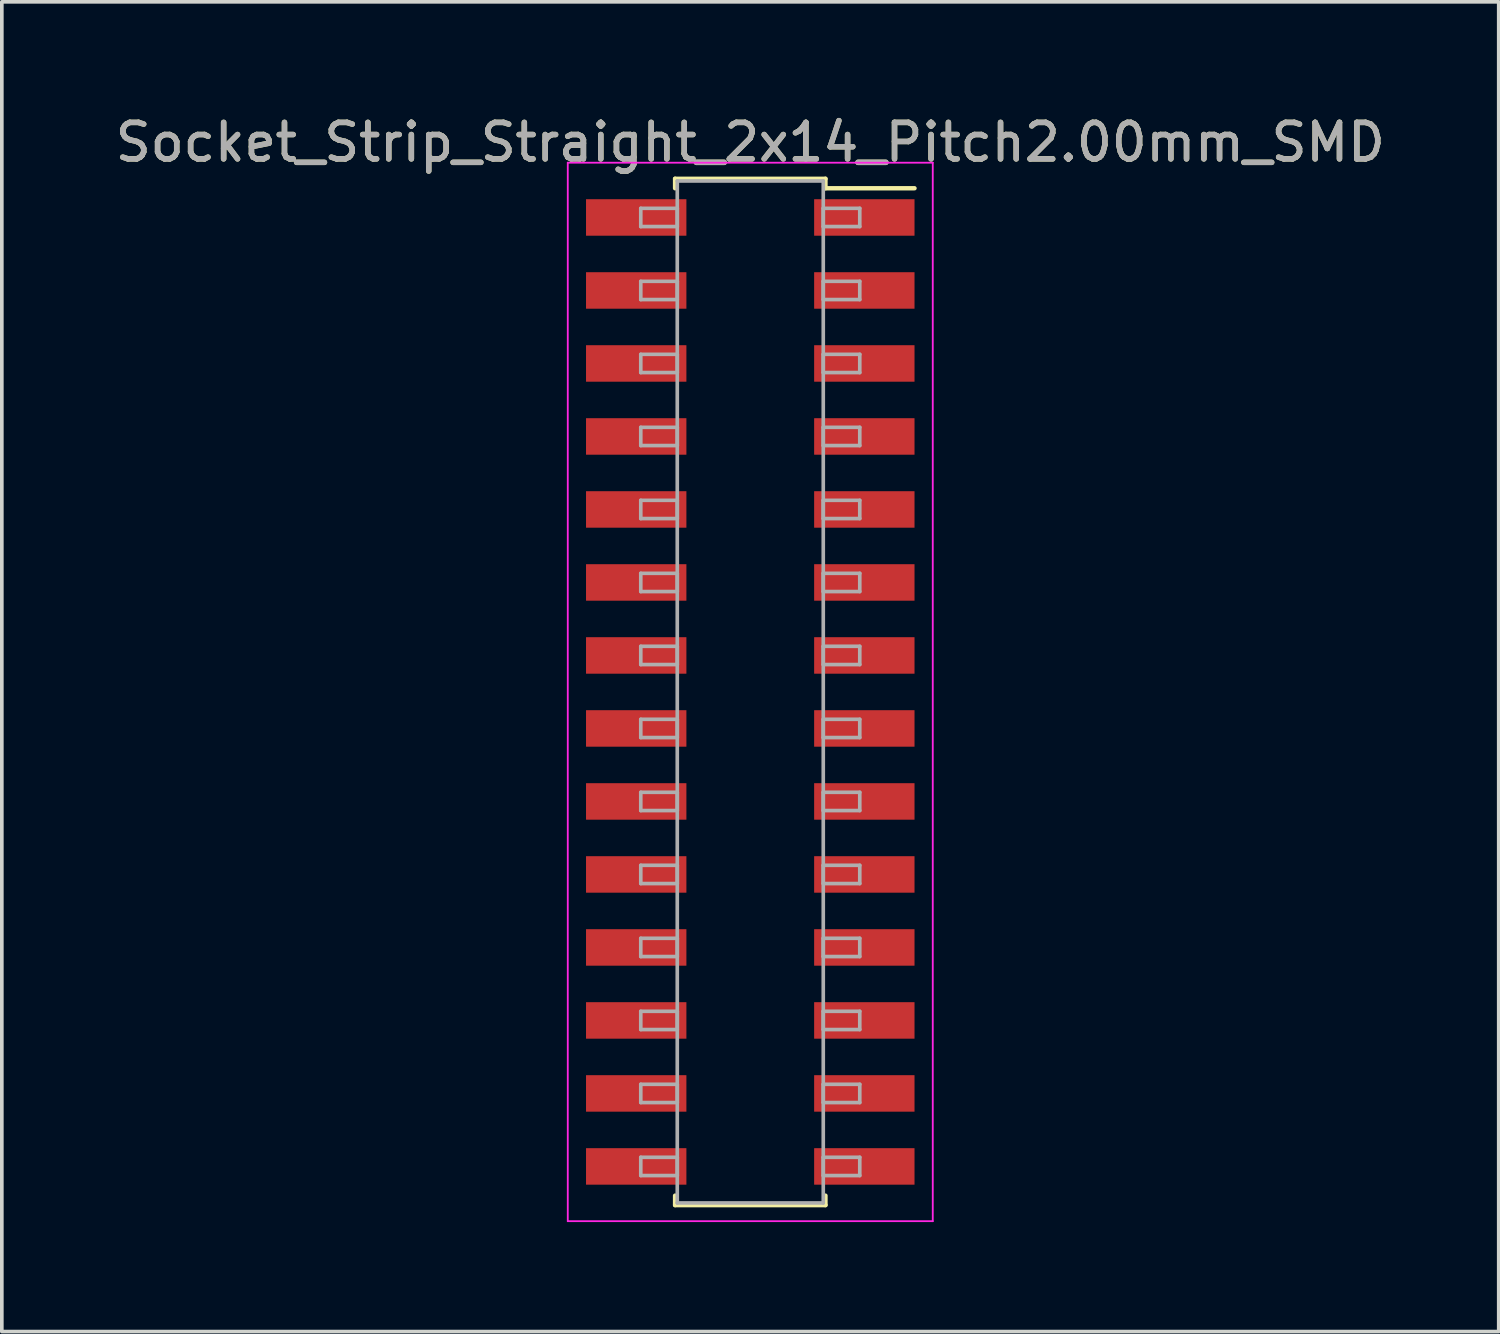
<source format=kicad_pcb>
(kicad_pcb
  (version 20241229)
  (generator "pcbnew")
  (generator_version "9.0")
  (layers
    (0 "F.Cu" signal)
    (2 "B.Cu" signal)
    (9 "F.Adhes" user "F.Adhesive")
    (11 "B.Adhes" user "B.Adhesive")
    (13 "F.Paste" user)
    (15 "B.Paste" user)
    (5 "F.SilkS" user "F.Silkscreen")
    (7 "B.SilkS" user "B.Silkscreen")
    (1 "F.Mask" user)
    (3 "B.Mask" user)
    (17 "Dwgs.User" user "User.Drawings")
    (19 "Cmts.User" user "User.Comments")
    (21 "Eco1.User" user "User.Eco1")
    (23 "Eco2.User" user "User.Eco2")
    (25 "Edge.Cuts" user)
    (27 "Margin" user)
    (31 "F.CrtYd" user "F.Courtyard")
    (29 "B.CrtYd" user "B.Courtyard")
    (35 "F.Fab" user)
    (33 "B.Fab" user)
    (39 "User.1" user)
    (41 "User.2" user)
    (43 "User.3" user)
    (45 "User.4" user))
  (footprint "Socket_Strip_Straight_2x14_Pitch2.00mm_SMD"
    (layer "F.Cu")
    (at 17.506 15.908)
    (property "Reference" "Socket_Strip_Straight_2x14_Pitch2.00mm_SMD" (at 0 -15.06 0) (layer "F.SilkS") (effects (font (size 1 1) (thickness 0.15))))
    (attr smd)
    (fp_line (start -2.06 -14.06) (end 2.06 -14.06) (stroke (width 0.12) (type solid)) (layer "F.SilkS"))
    (fp_line (start -2.06 -13.8) (end -2.06 -14.06) (stroke (width 0.12) (type solid)) (layer "F.SilkS"))
    (fp_line (start -2.06 13.8) (end -2.06 14.06) (stroke (width 0.12) (type solid)) (layer "F.SilkS"))
    (fp_line (start -2.06 14.06) (end 2.06 14.06) (stroke (width 0.12) (type solid)) (layer "F.SilkS"))
    (fp_line (start 2.06 -14.06) (end 2.06 -13.8) (stroke (width 0.12) (type solid)) (layer "F.SilkS"))
    (fp_line (start 2.06 14.06) (end 2.06 13.8) (stroke (width 0.12) (type solid)) (layer "F.SilkS"))
    (fp_line (start 4.5 -13.8) (end 2.06 -13.8) (stroke (width 0.12) (type solid)) (layer "F.SilkS"))
    (fp_line (start -5 -14.5) (end -5 14.5) (stroke (width 0.05) (type solid)) (layer "F.CrtYd"))
    (fp_line (start -5 14.5) (end 5 14.5) (stroke (width 0.05) (type solid)) (layer "F.CrtYd"))
    (fp_line (start 5 -14.5) (end -5 -14.5) (stroke (width 0.05) (type solid)) (layer "F.CrtYd"))
    (fp_line (start 5 14.5) (end 5 -14.5) (stroke (width 0.05) (type solid)) (layer "F.CrtYd"))
    (fp_line (start -3 -13.25) (end -2 -13.25) (stroke (width 0.1) (type solid)) (layer "F.Fab"))
    (fp_line (start -3 -12.75) (end -3 -13.25) (stroke (width 0.1) (type solid)) (layer "F.Fab"))
    (fp_line (start -3 -11.25) (end -2 -11.25) (stroke (width 0.1) (type solid)) (layer "F.Fab"))
    (fp_line (start -3 -10.75) (end -3 -11.25) (stroke (width 0.1) (type solid)) (layer "F.Fab"))
    (fp_line (start -3 -9.25) (end -2 -9.25) (stroke (width 0.1) (type solid)) (layer "F.Fab"))
    (fp_line (start -3 -8.75) (end -3 -9.25) (stroke (width 0.1) (type solid)) (layer "F.Fab"))
    (fp_line (start -3 -7.25) (end -2 -7.25) (stroke (width 0.1) (type solid)) (layer "F.Fab"))
    (fp_line (start -3 -6.75) (end -3 -7.25) (stroke (width 0.1) (type solid)) (layer "F.Fab"))
    (fp_line (start -3 -5.25) (end -2 -5.25) (stroke (width 0.1) (type solid)) (layer "F.Fab"))
    (fp_line (start -3 -4.75) (end -3 -5.25) (stroke (width 0.1) (type solid)) (layer "F.Fab"))
    (fp_line (start -3 -3.25) (end -2 -3.25) (stroke (width 0.1) (type solid)) (layer "F.Fab"))
    (fp_line (start -3 -2.75) (end -3 -3.25) (stroke (width 0.1) (type solid)) (layer "F.Fab"))
    (fp_line (start -3 -1.25) (end -2 -1.25) (stroke (width 0.1) (type solid)) (layer "F.Fab"))
    (fp_line (start -3 -0.75) (end -3 -1.25) (stroke (width 0.1) (type solid)) (layer "F.Fab"))
    (fp_line (start -3 0.75) (end -2 0.75) (stroke (width 0.1) (type solid)) (layer "F.Fab"))
    (fp_line (start -3 1.25) (end -3 0.75) (stroke (width 0.1) (type solid)) (layer "F.Fab"))
    (fp_line (start -3 2.75) (end -2 2.75) (stroke (width 0.1) (type solid)) (layer "F.Fab"))
    (fp_line (start -3 3.25) (end -3 2.75) (stroke (width 0.1) (type solid)) (layer "F.Fab"))
    (fp_line (start -3 4.75) (end -2 4.75) (stroke (width 0.1) (type solid)) (layer "F.Fab"))
    (fp_line (start -3 5.25) (end -3 4.75) (stroke (width 0.1) (type solid)) (layer "F.Fab"))
    (fp_line (start -3 6.75) (end -2 6.75) (stroke (width 0.1) (type solid)) (layer "F.Fab"))
    (fp_line (start -3 7.25) (end -3 6.75) (stroke (width 0.1) (type solid)) (layer "F.Fab"))
    (fp_line (start -3 8.75) (end -2 8.75) (stroke (width 0.1) (type solid)) (layer "F.Fab"))
    (fp_line (start -3 9.25) (end -3 8.75) (stroke (width 0.1) (type solid)) (layer "F.Fab"))
    (fp_line (start -3 10.75) (end -2 10.75) (stroke (width 0.1) (type solid)) (layer "F.Fab"))
    (fp_line (start -3 11.25) (end -3 10.75) (stroke (width 0.1) (type solid)) (layer "F.Fab"))
    (fp_line (start -3 12.75) (end -2 12.75) (stroke (width 0.1) (type solid)) (layer "F.Fab"))
    (fp_line (start -3 13.25) (end -3 12.75) (stroke (width 0.1) (type solid)) (layer "F.Fab"))
    (fp_line (start -2 -14) (end -2 14) (stroke (width 0.1) (type solid)) (layer "F.Fab"))
    (fp_line (start -2 -13.25) (end -2 -12.75) (stroke (width 0.1) (type solid)) (layer "F.Fab"))
    (fp_line (start -2 -12.75) (end -3 -12.75) (stroke (width 0.1) (type solid)) (layer "F.Fab"))
    (fp_line (start -2 -11.25) (end -2 -10.75) (stroke (width 0.1) (type solid)) (layer "F.Fab"))
    (fp_line (start -2 -10.75) (end -3 -10.75) (stroke (width 0.1) (type solid)) (layer "F.Fab"))
    (fp_line (start -2 -9.25) (end -2 -8.75) (stroke (width 0.1) (type solid)) (layer "F.Fab"))
    (fp_line (start -2 -8.75) (end -3 -8.75) (stroke (width 0.1) (type solid)) (layer "F.Fab"))
    (fp_line (start -2 -7.25) (end -2 -6.75) (stroke (width 0.1) (type solid)) (layer "F.Fab"))
    (fp_line (start -2 -6.75) (end -3 -6.75) (stroke (width 0.1) (type solid)) (layer "F.Fab"))
    (fp_line (start -2 -5.25) (end -2 -4.75) (stroke (width 0.1) (type solid)) (layer "F.Fab"))
    (fp_line (start -2 -4.75) (end -3 -4.75) (stroke (width 0.1) (type solid)) (layer "F.Fab"))
    (fp_line (start -2 -3.25) (end -2 -2.75) (stroke (width 0.1) (type solid)) (layer "F.Fab"))
    (fp_line (start -2 -2.75) (end -3 -2.75) (stroke (width 0.1) (type solid)) (layer "F.Fab"))
    (fp_line (start -2 -1.25) (end -2 -0.75) (stroke (width 0.1) (type solid)) (layer "F.Fab"))
    (fp_line (start -2 -0.75) (end -3 -0.75) (stroke (width 0.1) (type solid)) (layer "F.Fab"))
    (fp_line (start -2 0.75) (end -2 1.25) (stroke (width 0.1) (type solid)) (layer "F.Fab"))
    (fp_line (start -2 1.25) (end -3 1.25) (stroke (width 0.1) (type solid)) (layer "F.Fab"))
    (fp_line (start -2 2.75) (end -2 3.25) (stroke (width 0.1) (type solid)) (layer "F.Fab"))
    (fp_line (start -2 3.25) (end -3 3.25) (stroke (width 0.1) (type solid)) (layer "F.Fab"))
    (fp_line (start -2 4.75) (end -2 5.25) (stroke (width 0.1) (type solid)) (layer "F.Fab"))
    (fp_line (start -2 5.25) (end -3 5.25) (stroke (width 0.1) (type solid)) (layer "F.Fab"))
    (fp_line (start -2 6.75) (end -2 7.25) (stroke (width 0.1) (type solid)) (layer "F.Fab"))
    (fp_line (start -2 7.25) (end -3 7.25) (stroke (width 0.1) (type solid)) (layer "F.Fab"))
    (fp_line (start -2 8.75) (end -2 9.25) (stroke (width 0.1) (type solid)) (layer "F.Fab"))
    (fp_line (start -2 9.25) (end -3 9.25) (stroke (width 0.1) (type solid)) (layer "F.Fab"))
    (fp_line (start -2 10.75) (end -2 11.25) (stroke (width 0.1) (type solid)) (layer "F.Fab"))
    (fp_line (start -2 11.25) (end -3 11.25) (stroke (width 0.1) (type solid)) (layer "F.Fab"))
    (fp_line (start -2 12.75) (end -2 13.25) (stroke (width 0.1) (type solid)) (layer "F.Fab"))
    (fp_line (start -2 13.25) (end -3 13.25) (stroke (width 0.1) (type solid)) (layer "F.Fab"))
    (fp_line (start -2 14) (end 2 14) (stroke (width 0.1) (type solid)) (layer "F.Fab"))
    (fp_line (start 2 -14) (end -2 -14) (stroke (width 0.1) (type solid)) (layer "F.Fab"))
    (fp_line (start 2 -13.25) (end 2 -12.75) (stroke (width 0.1) (type solid)) (layer "F.Fab"))
    (fp_line (start 2 -12.75) (end 3 -12.75) (stroke (width 0.1) (type solid)) (layer "F.Fab"))
    (fp_line (start 2 -11.25) (end 2 -10.75) (stroke (width 0.1) (type solid)) (layer "F.Fab"))
    (fp_line (start 2 -10.75) (end 3 -10.75) (stroke (width 0.1) (type solid)) (layer "F.Fab"))
    (fp_line (start 2 -9.25) (end 2 -8.75) (stroke (width 0.1) (type solid)) (layer "F.Fab"))
    (fp_line (start 2 -8.75) (end 3 -8.75) (stroke (width 0.1) (type solid)) (layer "F.Fab"))
    (fp_line (start 2 -7.25) (end 2 -6.75) (stroke (width 0.1) (type solid)) (layer "F.Fab"))
    (fp_line (start 2 -6.75) (end 3 -6.75) (stroke (width 0.1) (type solid)) (layer "F.Fab"))
    (fp_line (start 2 -5.25) (end 2 -4.75) (stroke (width 0.1) (type solid)) (layer "F.Fab"))
    (fp_line (start 2 -4.75) (end 3 -4.75) (stroke (width 0.1) (type solid)) (layer "F.Fab"))
    (fp_line (start 2 -3.25) (end 2 -2.75) (stroke (width 0.1) (type solid)) (layer "F.Fab"))
    (fp_line (start 2 -2.75) (end 3 -2.75) (stroke (width 0.1) (type solid)) (layer "F.Fab"))
    (fp_line (start 2 -1.25) (end 2 -0.75) (stroke (width 0.1) (type solid)) (layer "F.Fab"))
    (fp_line (start 2 -0.75) (end 3 -0.75) (stroke (width 0.1) (type solid)) (layer "F.Fab"))
    (fp_line (start 2 0.75) (end 2 1.25) (stroke (width 0.1) (type solid)) (layer "F.Fab"))
    (fp_line (start 2 1.25) (end 3 1.25) (stroke (width 0.1) (type solid)) (layer "F.Fab"))
    (fp_line (start 2 2.75) (end 2 3.25) (stroke (width 0.1) (type solid)) (layer "F.Fab"))
    (fp_line (start 2 3.25) (end 3 3.25) (stroke (width 0.1) (type solid)) (layer "F.Fab"))
    (fp_line (start 2 4.75) (end 2 5.25) (stroke (width 0.1) (type solid)) (layer "F.Fab"))
    (fp_line (start 2 5.25) (end 3 5.25) (stroke (width 0.1) (type solid)) (layer "F.Fab"))
    (fp_line (start 2 6.75) (end 2 7.25) (stroke (width 0.1) (type solid)) (layer "F.Fab"))
    (fp_line (start 2 7.25) (end 3 7.25) (stroke (width 0.1) (type solid)) (layer "F.Fab"))
    (fp_line (start 2 8.75) (end 2 9.25) (stroke (width 0.1) (type solid)) (layer "F.Fab"))
    (fp_line (start 2 9.25) (end 3 9.25) (stroke (width 0.1) (type solid)) (layer "F.Fab"))
    (fp_line (start 2 10.75) (end 2 11.25) (stroke (width 0.1) (type solid)) (layer "F.Fab"))
    (fp_line (start 2 11.25) (end 3 11.25) (stroke (width 0.1) (type solid)) (layer "F.Fab"))
    (fp_line (start 2 12.75) (end 2 13.25) (stroke (width 0.1) (type solid)) (layer "F.Fab"))
    (fp_line (start 2 13.25) (end 3 13.25) (stroke (width 0.1) (type solid)) (layer "F.Fab"))
    (fp_line (start 2 14) (end 2 -14) (stroke (width 0.1) (type solid)) (layer "F.Fab"))
    (fp_line (start 3 -13.25) (end 2 -13.25) (stroke (width 0.1) (type solid)) (layer "F.Fab"))
    (fp_line (start 3 -12.75) (end 3 -13.25) (stroke (width 0.1) (type solid)) (layer "F.Fab"))
    (fp_line (start 3 -11.25) (end 2 -11.25) (stroke (width 0.1) (type solid)) (layer "F.Fab"))
    (fp_line (start 3 -10.75) (end 3 -11.25) (stroke (width 0.1) (type solid)) (layer "F.Fab"))
    (fp_line (start 3 -9.25) (end 2 -9.25) (stroke (width 0.1) (type solid)) (layer "F.Fab"))
    (fp_line (start 3 -8.75) (end 3 -9.25) (stroke (width 0.1) (type solid)) (layer "F.Fab"))
    (fp_line (start 3 -7.25) (end 2 -7.25) (stroke (width 0.1) (type solid)) (layer "F.Fab"))
    (fp_line (start 3 -6.75) (end 3 -7.25) (stroke (width 0.1) (type solid)) (layer "F.Fab"))
    (fp_line (start 3 -5.25) (end 2 -5.25) (stroke (width 0.1) (type solid)) (layer "F.Fab"))
    (fp_line (start 3 -4.75) (end 3 -5.25) (stroke (width 0.1) (type solid)) (layer "F.Fab"))
    (fp_line (start 3 -3.25) (end 2 -3.25) (stroke (width 0.1) (type solid)) (layer "F.Fab"))
    (fp_line (start 3 -2.75) (end 3 -3.25) (stroke (width 0.1) (type solid)) (layer "F.Fab"))
    (fp_line (start 3 -1.25) (end 2 -1.25) (stroke (width 0.1) (type solid)) (layer "F.Fab"))
    (fp_line (start 3 -0.75) (end 3 -1.25) (stroke (width 0.1) (type solid)) (layer "F.Fab"))
    (fp_line (start 3 0.75) (end 2 0.75) (stroke (width 0.1) (type solid)) (layer "F.Fab"))
    (fp_line (start 3 1.25) (end 3 0.75) (stroke (width 0.1) (type solid)) (layer "F.Fab"))
    (fp_line (start 3 2.75) (end 2 2.75) (stroke (width 0.1) (type solid)) (layer "F.Fab"))
    (fp_line (start 3 3.25) (end 3 2.75) (stroke (width 0.1) (type solid)) (layer "F.Fab"))
    (fp_line (start 3 4.75) (end 2 4.75) (stroke (width 0.1) (type solid)) (layer "F.Fab"))
    (fp_line (start 3 5.25) (end 3 4.75) (stroke (width 0.1) (type solid)) (layer "F.Fab"))
    (fp_line (start 3 6.75) (end 2 6.75) (stroke (width 0.1) (type solid)) (layer "F.Fab"))
    (fp_line (start 3 7.25) (end 3 6.75) (stroke (width 0.1) (type solid)) (layer "F.Fab"))
    (fp_line (start 3 8.75) (end 2 8.75) (stroke (width 0.1) (type solid)) (layer "F.Fab"))
    (fp_line (start 3 9.25) (end 3 8.75) (stroke (width 0.1) (type solid)) (layer "F.Fab"))
    (fp_line (start 3 10.75) (end 2 10.75) (stroke (width 0.1) (type solid)) (layer "F.Fab"))
    (fp_line (start 3 11.25) (end 3 10.75) (stroke (width 0.1) (type solid)) (layer "F.Fab"))
    (fp_line (start 3 12.75) (end 2 12.75) (stroke (width 0.1) (type solid)) (layer "F.Fab"))
    (fp_line (start 3 13.25) (end 3 12.75) (stroke (width 0.1) (type solid)) (layer "F.Fab"))
    (fp_text user "${REFERENCE}" (at 0 -15.06 0) (layer "F.Fab") (effects (font (size 1 1) (thickness 0.15))))
    (pad "1" smd rect (at 3.125 -13) (size 2.75 1) (layers "F.Cu" "F.Mask" "F.Paste"))
    (pad "2" smd rect (at -3.125 -13) (size 2.75 1) (layers "F.Cu" "F.Mask" "F.Paste"))
    (pad "3" smd rect (at 3.125 -11) (size 2.75 1) (layers "F.Cu" "F.Mask" "F.Paste"))
    (pad "4" smd rect (at -3.125 -11) (size 2.75 1) (layers "F.Cu" "F.Mask" "F.Paste"))
    (pad "5" smd rect (at 3.125 -9) (size 2.75 1) (layers "F.Cu" "F.Mask" "F.Paste"))
    (pad "6" smd rect (at -3.125 -9) (size 2.75 1) (layers "F.Cu" "F.Mask" "F.Paste"))
    (pad "7" smd rect (at 3.125 -7) (size 2.75 1) (layers "F.Cu" "F.Mask" "F.Paste"))
    (pad "8" smd rect (at -3.125 -7) (size 2.75 1) (layers "F.Cu" "F.Mask" "F.Paste"))
    (pad "9" smd rect (at 3.125 -5) (size 2.75 1) (layers "F.Cu" "F.Mask" "F.Paste"))
    (pad "10" smd rect (at -3.125 -5) (size 2.75 1) (layers "F.Cu" "F.Mask" "F.Paste"))
    (pad "11" smd rect (at 3.125 -3) (size 2.75 1) (layers "F.Cu" "F.Mask" "F.Paste"))
    (pad "12" smd rect (at -3.125 -3) (size 2.75 1) (layers "F.Cu" "F.Mask" "F.Paste"))
    (pad "13" smd rect (at 3.125 -1) (size 2.75 1) (layers "F.Cu" "F.Mask" "F.Paste"))
    (pad "14" smd rect (at -3.125 -1) (size 2.75 1) (layers "F.Cu" "F.Mask" "F.Paste"))
    (pad "15" smd rect (at 3.125 1) (size 2.75 1) (layers "F.Cu" "F.Mask" "F.Paste"))
    (pad "16" smd rect (at -3.125 1) (size 2.75 1) (layers "F.Cu" "F.Mask" "F.Paste"))
    (pad "17" smd rect (at 3.125 3) (size 2.75 1) (layers "F.Cu" "F.Mask" "F.Paste"))
    (pad "18" smd rect (at -3.125 3) (size 2.75 1) (layers "F.Cu" "F.Mask" "F.Paste"))
    (pad "19" smd rect (at 3.125 5) (size 2.75 1) (layers "F.Cu" "F.Mask" "F.Paste"))
    (pad "20" smd rect (at -3.125 5) (size 2.75 1) (layers "F.Cu" "F.Mask" "F.Paste"))
    (pad "21" smd rect (at 3.125 7) (size 2.75 1) (layers "F.Cu" "F.Mask" "F.Paste"))
    (pad "22" smd rect (at -3.125 7) (size 2.75 1) (layers "F.Cu" "F.Mask" "F.Paste"))
    (pad "23" smd rect (at 3.125 9) (size 2.75 1) (layers "F.Cu" "F.Mask" "F.Paste"))
    (pad "24" smd rect (at -3.125 9) (size 2.75 1) (layers "F.Cu" "F.Mask" "F.Paste"))
    (pad "25" smd rect (at 3.125 11) (size 2.75 1) (layers "F.Cu" "F.Mask" "F.Paste"))
    (pad "26" smd rect (at -3.125 11) (size 2.75 1) (layers "F.Cu" "F.Mask" "F.Paste"))
    (pad "27" smd rect (at 3.125 13) (size 2.75 1) (layers "F.Cu" "F.Mask" "F.Paste"))
    (pad "28" smd rect (at -3.125 13) (size 2.75 1) (layers "F.Cu" "F.Mask" "F.Paste")))
  (gr_rect
    (start -3 -3)
    (end 38.012 33.433)
    (stroke (width 0.1) (type default))
    (fill no)
    (layer "Edge.Cuts")))
</source>
